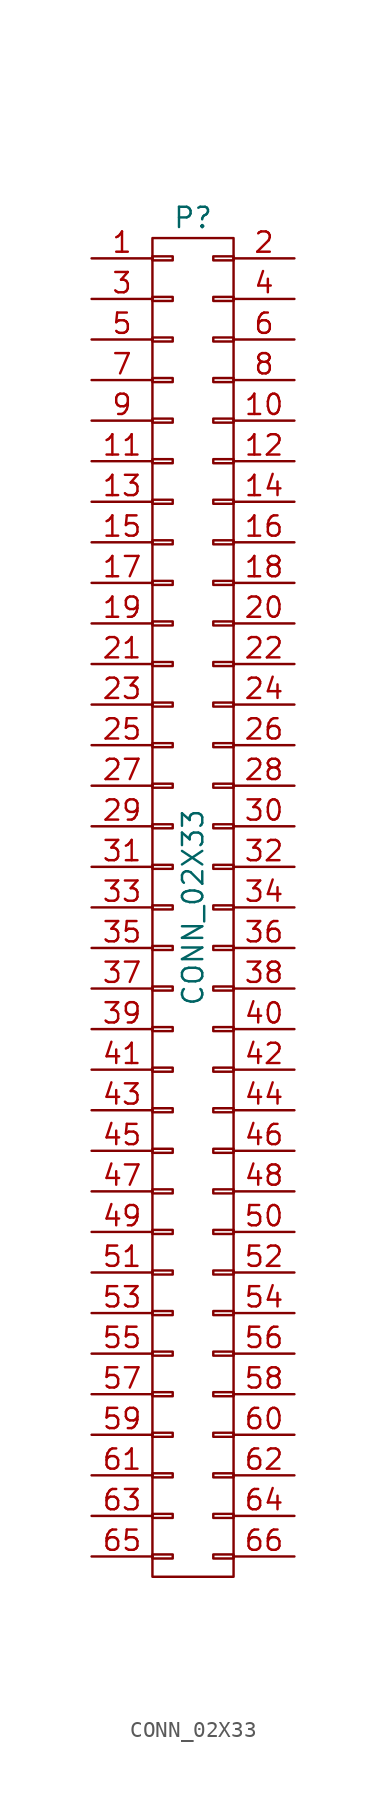
<source format=kicad_sym>
(kicad_symbol_lib
  (version 20231120)
  (generator "kicad_symbol_editor")
  (generator_version "8.0")
  (symbol "CONN_02X33"
    (pin_names
      (offset 0.025) hide)
    (property "Reference" "P"
      (at 0 43.18 0)
      (effects (font (size 1.27 1.27))))
    (property "Value" "CONN_02X33"
      (at 0 0 90)
      (effects (font (size 1.27 1.27))))
    (property "Footprint" ""
      (at 0 -8.89 0)
      (effects (font (size 1.27 1.27))))
    (property "Datasheet" ""
      (at 0 -8.89 0)
      (effects (font (size 1.27 1.27))))
    (symbol "CONN_02X33_0_1"
      (rectangle (start -2.54 -40.513) (end -1.27 -40.767) (stroke (width 0) (type solid)) (fill (type none)))
      (rectangle (start -2.54 -37.973) (end -1.27 -38.227) (stroke (width 0) (type solid)) (fill (type none)))
      (rectangle (start -2.54 -35.433) (end -1.27 -35.687) (stroke (width 0) (type solid)) (fill (type none)))
      (rectangle (start -2.54 -32.893) (end -1.27 -33.147) (stroke (width 0) (type solid)) (fill (type none)))
      (rectangle (start -2.54 -30.353) (end -1.27 -30.607) (stroke (width 0) (type solid)) (fill (type none)))
      (rectangle (start -2.54 -27.813) (end -1.27 -28.067) (stroke (width 0) (type solid)) (fill (type none)))
      (rectangle (start -2.54 -25.273) (end -1.27 -25.527) (stroke (width 0) (type solid)) (fill (type none)))
      (rectangle (start -2.54 -22.733) (end -1.27 -22.987) (stroke (width 0) (type solid)) (fill (type none)))
      (rectangle (start -2.54 -20.193) (end -1.27 -20.447) (stroke (width 0) (type solid)) (fill (type none)))
      (rectangle (start -2.54 -17.653) (end -1.27 -17.907) (stroke (width 0) (type solid)) (fill (type none)))
      (rectangle (start -2.54 -15.113) (end -1.27 -15.367) (stroke (width 0) (type solid)) (fill (type none)))
      (rectangle (start -2.54 -12.573) (end -1.27 -12.827) (stroke (width 0) (type solid)) (fill (type none)))
      (rectangle (start -2.54 -10.033) (end -1.27 -10.287) (stroke (width 0) (type solid)) (fill (type none)))
      (rectangle (start -2.54 -7.493) (end -1.27 -7.747) (stroke (width 0) (type solid)) (fill (type none)))
      (rectangle (start -2.54 -4.953) (end -1.27 -5.207) (stroke (width 0) (type solid)) (fill (type none)))
      (rectangle (start -2.54 -2.413) (end -1.27 -2.667) (stroke (width 0) (type solid)) (fill (type none)))
      (rectangle (start -2.54 0.127) (end -1.27 -0.127) (stroke (width 0) (type solid)) (fill (type none)))
      (rectangle (start -2.54 2.667) (end -1.27 2.413) (stroke (width 0) (type solid)) (fill (type none)))
      (rectangle (start -2.54 5.207) (end -1.27 4.953) (stroke (width 0) (type solid)) (fill (type none)))
      (rectangle (start -2.54 7.747) (end -1.27 7.493) (stroke (width 0) (type solid)) (fill (type none)))
      (rectangle (start -2.54 10.287) (end -1.27 10.033) (stroke (width 0) (type solid)) (fill (type none)))
      (rectangle (start -2.54 12.827) (end -1.27 12.573) (stroke (width 0) (type solid)) (fill (type none)))
      (rectangle (start -2.54 15.367) (end -1.27 15.113) (stroke (width 0) (type solid)) (fill (type none)))
      (rectangle (start -2.54 17.907) (end -1.27 17.653) (stroke (width 0) (type solid)) (fill (type none)))
      (rectangle (start -2.54 20.447) (end -1.27 20.193) (stroke (width 0) (type solid)) (fill (type none)))
      (rectangle (start -2.54 22.987) (end -1.27 22.733) (stroke (width 0) (type solid)) (fill (type none)))
      (rectangle (start -2.54 25.527) (end -1.27 25.273) (stroke (width 0) (type solid)) (fill (type none)))
      (rectangle (start -2.54 28.067) (end -1.27 27.813) (stroke (width 0) (type solid)) (fill (type none)))
      (rectangle (start -2.54 30.607) (end -1.27 30.353) (stroke (width 0) (type solid)) (fill (type none)))
      (rectangle (start -2.54 33.147) (end -1.27 32.893) (stroke (width 0) (type solid)) (fill (type none)))
      (rectangle (start -2.54 35.687) (end -1.27 35.433) (stroke (width 0) (type solid)) (fill (type none)))
      (rectangle (start -2.54 38.227) (end -1.27 37.973) (stroke (width 0) (type solid)) (fill (type none)))
      (rectangle (start -2.54 40.767) (end -1.27 40.513) (stroke (width 0) (type solid)) (fill (type none)))
      (rectangle (start -2.54 41.91) (end 2.54 -41.91) (stroke (width 0) (type solid)) (fill (type none)))
      (rectangle (start 1.27 -40.513) (end 2.54 -40.767) (stroke (width 0) (type solid)) (fill (type none)))
      (rectangle (start 1.27 -37.973) (end 2.54 -38.227) (stroke (width 0) (type solid)) (fill (type none)))
      (rectangle (start 1.27 -35.433) (end 2.54 -35.687) (stroke (width 0) (type solid)) (fill (type none)))
      (rectangle (start 1.27 -32.893) (end 2.54 -33.147) (stroke (width 0) (type solid)) (fill (type none)))
      (rectangle (start 1.27 -30.353) (end 2.54 -30.607) (stroke (width 0) (type solid)) (fill (type none)))
      (rectangle (start 1.27 -27.813) (end 2.54 -28.067) (stroke (width 0) (type solid)) (fill (type none)))
      (rectangle (start 1.27 -25.273) (end 2.54 -25.527) (stroke (width 0) (type solid)) (fill (type none)))
      (rectangle (start 1.27 -22.733) (end 2.54 -22.987) (stroke (width 0) (type solid)) (fill (type none)))
      (rectangle (start 1.27 -20.193) (end 2.54 -20.447) (stroke (width 0) (type solid)) (fill (type none)))
      (rectangle (start 1.27 -17.653) (end 2.54 -17.907) (stroke (width 0) (type solid)) (fill (type none)))
      (rectangle (start 1.27 -15.113) (end 2.54 -15.367) (stroke (width 0) (type solid)) (fill (type none)))
      (rectangle (start 1.27 -12.573) (end 2.54 -12.827) (stroke (width 0) (type solid)) (fill (type none)))
      (rectangle (start 1.27 -10.033) (end 2.54 -10.287) (stroke (width 0) (type solid)) (fill (type none)))
      (rectangle (start 1.27 -7.493) (end 2.54 -7.747) (stroke (width 0) (type solid)) (fill (type none)))
      (rectangle (start 1.27 -4.953) (end 2.54 -5.207) (stroke (width 0) (type solid)) (fill (type none)))
      (rectangle (start 1.27 -2.413) (end 2.54 -2.667) (stroke (width 0) (type solid)) (fill (type none)))
      (rectangle (start 1.27 0.127) (end 2.54 -0.127) (stroke (width 0) (type solid)) (fill (type none)))
      (rectangle (start 1.27 2.667) (end 2.54 2.413) (stroke (width 0) (type solid)) (fill (type none)))
      (rectangle (start 1.27 5.207) (end 2.54 4.953) (stroke (width 0) (type solid)) (fill (type none)))
      (rectangle (start 1.27 7.747) (end 2.54 7.493) (stroke (width 0) (type solid)) (fill (type none)))
      (rectangle (start 1.27 10.287) (end 2.54 10.033) (stroke (width 0) (type solid)) (fill (type none)))
      (rectangle (start 1.27 12.827) (end 2.54 12.573) (stroke (width 0) (type solid)) (fill (type none)))
      (rectangle (start 1.27 15.367) (end 2.54 15.113) (stroke (width 0) (type solid)) (fill (type none)))
      (rectangle (start 1.27 17.907) (end 2.54 17.653) (stroke (width 0) (type solid)) (fill (type none)))
      (rectangle (start 1.27 20.447) (end 2.54 20.193) (stroke (width 0) (type solid)) (fill (type none)))
      (rectangle (start 1.27 22.987) (end 2.54 22.733) (stroke (width 0) (type solid)) (fill (type none)))
      (rectangle (start 1.27 25.527) (end 2.54 25.273) (stroke (width 0) (type solid)) (fill (type none)))
      (rectangle (start 1.27 28.067) (end 2.54 27.813) (stroke (width 0) (type solid)) (fill (type none)))
      (rectangle (start 1.27 30.607) (end 2.54 30.353) (stroke (width 0) (type solid)) (fill (type none)))
      (rectangle (start 1.27 33.147) (end 2.54 32.893) (stroke (width 0) (type solid)) (fill (type none)))
      (rectangle (start 1.27 35.687) (end 2.54 35.433) (stroke (width 0) (type solid)) (fill (type none)))
      (rectangle (start 1.27 38.227) (end 2.54 37.973) (stroke (width 0) (type solid)) (fill (type none)))
      (rectangle (start 1.27 40.767) (end 2.54 40.513) (stroke (width 0) (type solid)) (fill (type none))))
    (symbol "CONN_02X33_1_1"
      (pin passive line (at -6.35 40.64 0) (length 3.81) (name "P1" (effects (font (size 1.27 1.27)))) (number "1" (effects (font (size 1.27 1.27)))))
      (pin passive line (at 6.35 30.48 180) (length 3.81) (name "P10" (effects (font (size 1.27 1.27)))) (number "10" (effects (font (size 1.27 1.27)))))
      (pin passive line (at -6.35 27.94 0) (length 3.81) (name "P11" (effects (font (size 1.27 1.27)))) (number "11" (effects (font (size 1.27 1.27)))))
      (pin passive line (at 6.35 27.94 180) (length 3.81) (name "P12" (effects (font (size 1.27 1.27)))) (number "12" (effects (font (size 1.27 1.27)))))
      (pin passive line (at -6.35 25.4 0) (length 3.81) (name "P13" (effects (font (size 1.27 1.27)))) (number "13" (effects (font (size 1.27 1.27)))))
      (pin passive line (at 6.35 25.4 180) (length 3.81) (name "P14" (effects (font (size 1.27 1.27)))) (number "14" (effects (font (size 1.27 1.27)))))
      (pin passive line (at -6.35 22.86 0) (length 3.81) (name "P15" (effects (font (size 1.27 1.27)))) (number "15" (effects (font (size 1.27 1.27)))))
      (pin passive line (at 6.35 22.86 180) (length 3.81) (name "P16" (effects (font (size 1.27 1.27)))) (number "16" (effects (font (size 1.27 1.27)))))
      (pin passive line (at -6.35 20.32 0) (length 3.81) (name "P17" (effects (font (size 1.27 1.27)))) (number "17" (effects (font (size 1.27 1.27)))))
      (pin passive line (at 6.35 20.32 180) (length 3.81) (name "P18" (effects (font (size 1.27 1.27)))) (number "18" (effects (font (size 1.27 1.27)))))
      (pin passive line (at -6.35 17.78 0) (length 3.81) (name "P19" (effects (font (size 1.27 1.27)))) (number "19" (effects (font (size 1.27 1.27)))))
      (pin passive line (at 6.35 40.64 180) (length 3.81) (name "P2" (effects (font (size 1.27 1.27)))) (number "2" (effects (font (size 1.27 1.27)))))
      (pin passive line (at 6.35 17.78 180) (length 3.81) (name "P20" (effects (font (size 1.27 1.27)))) (number "20" (effects (font (size 1.27 1.27)))))
      (pin passive line (at -6.35 15.24 0) (length 3.81) (name "P21" (effects (font (size 1.27 1.27)))) (number "21" (effects (font (size 1.27 1.27)))))
      (pin passive line (at 6.35 15.24 180) (length 3.81) (name "P22" (effects (font (size 1.27 1.27)))) (number "22" (effects (font (size 1.27 1.27)))))
      (pin passive line (at -6.35 12.7 0) (length 3.81) (name "P23" (effects (font (size 1.27 1.27)))) (number "23" (effects (font (size 1.27 1.27)))))
      (pin passive line (at 6.35 12.7 180) (length 3.81) (name "P24" (effects (font (size 1.27 1.27)))) (number "24" (effects (font (size 1.27 1.27)))))
      (pin passive line (at -6.35 10.16 0) (length 3.81) (name "P25" (effects (font (size 1.27 1.27)))) (number "25" (effects (font (size 1.27 1.27)))))
      (pin passive line (at 6.35 10.16 180) (length 3.81) (name "P26" (effects (font (size 1.27 1.27)))) (number "26" (effects (font (size 1.27 1.27)))))
      (pin passive line (at -6.35 7.62 0) (length 3.81) (name "P27" (effects (font (size 1.27 1.27)))) (number "27" (effects (font (size 1.27 1.27)))))
      (pin passive line (at 6.35 7.62 180) (length 3.81) (name "P28" (effects (font (size 1.27 1.27)))) (number "28" (effects (font (size 1.27 1.27)))))
      (pin passive line (at -6.35 5.08 0) (length 3.81) (name "P29" (effects (font (size 1.27 1.27)))) (number "29" (effects (font (size 1.27 1.27)))))
      (pin passive line (at -6.35 38.1 0) (length 3.81) (name "P3" (effects (font (size 1.27 1.27)))) (number "3" (effects (font (size 1.27 1.27)))))
      (pin passive line (at 6.35 5.08 180) (length 3.81) (name "P30" (effects (font (size 1.27 1.27)))) (number "30" (effects (font (size 1.27 1.27)))))
      (pin passive line (at -6.35 2.54 0) (length 3.81) (name "P31" (effects (font (size 1.27 1.27)))) (number "31" (effects (font (size 1.27 1.27)))))
      (pin passive line (at 6.35 2.54 180) (length 3.81) (name "P32" (effects (font (size 1.27 1.27)))) (number "32" (effects (font (size 1.27 1.27)))))
      (pin passive line (at -6.35 0 0) (length 3.81) (name "P33" (effects (font (size 1.27 1.27)))) (number "33" (effects (font (size 1.27 1.27)))))
      (pin passive line (at 6.35 0 180) (length 3.81) (name "P34" (effects (font (size 1.27 1.27)))) (number "34" (effects (font (size 1.27 1.27)))))
      (pin passive line (at -6.35 -2.54 0) (length 3.81) (name "P35" (effects (font (size 1.27 1.27)))) (number "35" (effects (font (size 1.27 1.27)))))
      (pin passive line (at 6.35 -2.54 180) (length 3.81) (name "P36" (effects (font (size 1.27 1.27)))) (number "36" (effects (font (size 1.27 1.27)))))
      (pin passive line (at -6.35 -5.08 0) (length 3.81) (name "P37" (effects (font (size 1.27 1.27)))) (number "37" (effects (font (size 1.27 1.27)))))
      (pin passive line (at 6.35 -5.08 180) (length 3.81) (name "P38" (effects (font (size 1.27 1.27)))) (number "38" (effects (font (size 1.27 1.27)))))
      (pin passive line (at -6.35 -7.62 0) (length 3.81) (name "P39" (effects (font (size 1.27 1.27)))) (number "39" (effects (font (size 1.27 1.27)))))
      (pin passive line (at 6.35 38.1 180) (length 3.81) (name "P4" (effects (font (size 1.27 1.27)))) (number "4" (effects (font (size 1.27 1.27)))))
      (pin passive line (at 6.35 -7.62 180) (length 3.81) (name "P40" (effects (font (size 1.27 1.27)))) (number "40" (effects (font (size 1.27 1.27)))))
      (pin passive line (at -6.35 -10.16 0) (length 3.81) (name "P41" (effects (font (size 1.27 1.27)))) (number "41" (effects (font (size 1.27 1.27)))))
      (pin passive line (at 6.35 -10.16 180) (length 3.81) (name "P42" (effects (font (size 1.27 1.27)))) (number "42" (effects (font (size 1.27 1.27)))))
      (pin passive line (at -6.35 -12.7 0) (length 3.81) (name "P43" (effects (font (size 1.27 1.27)))) (number "43" (effects (font (size 1.27 1.27)))))
      (pin passive line (at 6.35 -12.7 180) (length 3.81) (name "P44" (effects (font (size 1.27 1.27)))) (number "44" (effects (font (size 1.27 1.27)))))
      (pin passive line (at -6.35 -15.24 0) (length 3.81) (name "P45" (effects (font (size 1.27 1.27)))) (number "45" (effects (font (size 1.27 1.27)))))
      (pin passive line (at 6.35 -15.24 180) (length 3.81) (name "P46" (effects (font (size 1.27 1.27)))) (number "46" (effects (font (size 1.27 1.27)))))
      (pin passive line (at -6.35 -17.78 0) (length 3.81) (name "P47" (effects (font (size 1.27 1.27)))) (number "47" (effects (font (size 1.27 1.27)))))
      (pin passive line (at 6.35 -17.78 180) (length 3.81) (name "P48" (effects (font (size 1.27 1.27)))) (number "48" (effects (font (size 1.27 1.27)))))
      (pin passive line (at -6.35 -20.32 0) (length 3.81) (name "P49" (effects (font (size 1.27 1.27)))) (number "49" (effects (font (size 1.27 1.27)))))
      (pin passive line (at -6.35 35.56 0) (length 3.81) (name "P5" (effects (font (size 1.27 1.27)))) (number "5" (effects (font (size 1.27 1.27)))))
      (pin passive line (at 6.35 -20.32 180) (length 3.81) (name "P50" (effects (font (size 1.27 1.27)))) (number "50" (effects (font (size 1.27 1.27)))))
      (pin passive line (at -6.35 -22.86 0) (length 3.81) (name "P51" (effects (font (size 1.27 1.27)))) (number "51" (effects (font (size 1.27 1.27)))))
      (pin passive line (at 6.35 -22.86 180) (length 3.81) (name "P52" (effects (font (size 1.27 1.27)))) (number "52" (effects (font (size 1.27 1.27)))))
      (pin passive line (at -6.35 -25.4 0) (length 3.81) (name "P53" (effects (font (size 1.27 1.27)))) (number "53" (effects (font (size 1.27 1.27)))))
      (pin passive line (at 6.35 -25.4 180) (length 3.81) (name "P54" (effects (font (size 1.27 1.27)))) (number "54" (effects (font (size 1.27 1.27)))))
      (pin passive line (at -6.35 -27.94 0) (length 3.81) (name "P55" (effects (font (size 1.27 1.27)))) (number "55" (effects (font (size 1.27 1.27)))))
      (pin passive line (at 6.35 -27.94 180) (length 3.81) (name "P56" (effects (font (size 1.27 1.27)))) (number "56" (effects (font (size 1.27 1.27)))))
      (pin passive line (at -6.35 -30.48 0) (length 3.81) (name "P57" (effects (font (size 1.27 1.27)))) (number "57" (effects (font (size 1.27 1.27)))))
      (pin passive line (at 6.35 -30.48 180) (length 3.81) (name "P58" (effects (font (size 1.27 1.27)))) (number "58" (effects (font (size 1.27 1.27)))))
      (pin passive line (at -6.35 -33.02 0) (length 3.81) (name "P59" (effects (font (size 1.27 1.27)))) (number "59" (effects (font (size 1.27 1.27)))))
      (pin passive line (at 6.35 35.56 180) (length 3.81) (name "P6" (effects (font (size 1.27 1.27)))) (number "6" (effects (font (size 1.27 1.27)))))
      (pin passive line (at 6.35 -33.02 180) (length 3.81) (name "P60" (effects (font (size 1.27 1.27)))) (number "60" (effects (font (size 1.27 1.27)))))
      (pin passive line (at -6.35 -35.56 0) (length 3.81) (name "P61" (effects (font (size 1.27 1.27)))) (number "61" (effects (font (size 1.27 1.27)))))
      (pin passive line (at 6.35 -35.56 180) (length 3.81) (name "P62" (effects (font (size 1.27 1.27)))) (number "62" (effects (font (size 1.27 1.27)))))
      (pin passive line (at -6.35 -38.1 0) (length 3.81) (name "P63" (effects (font (size 1.27 1.27)))) (number "63" (effects (font (size 1.27 1.27)))))
      (pin passive line (at 6.35 -38.1 180) (length 3.81) (name "P64" (effects (font (size 1.27 1.27)))) (number "64" (effects (font (size 1.27 1.27)))))
      (pin passive line (at -6.35 -40.64 0) (length 3.81) (name "P65" (effects (font (size 1.27 1.27)))) (number "65" (effects (font (size 1.27 1.27)))))
      (pin passive line (at 6.35 -40.64 180) (length 3.81) (name "P66" (effects (font (size 1.27 1.27)))) (number "66" (effects (font (size 1.27 1.27)))))
      (pin passive line (at -6.35 33.02 0) (length 3.81) (name "P7" (effects (font (size 1.27 1.27)))) (number "7" (effects (font (size 1.27 1.27)))))
      (pin passive line (at 6.35 33.02 180) (length 3.81) (name "P8" (effects (font (size 1.27 1.27)))) (number "8" (effects (font (size 1.27 1.27)))))
      (pin passive line (at -6.35 30.48 0) (length 3.81) (name "P9" (effects (font (size 1.27 1.27)))) (number "9" (effects (font (size 1.27 1.27))))))))
</source>
